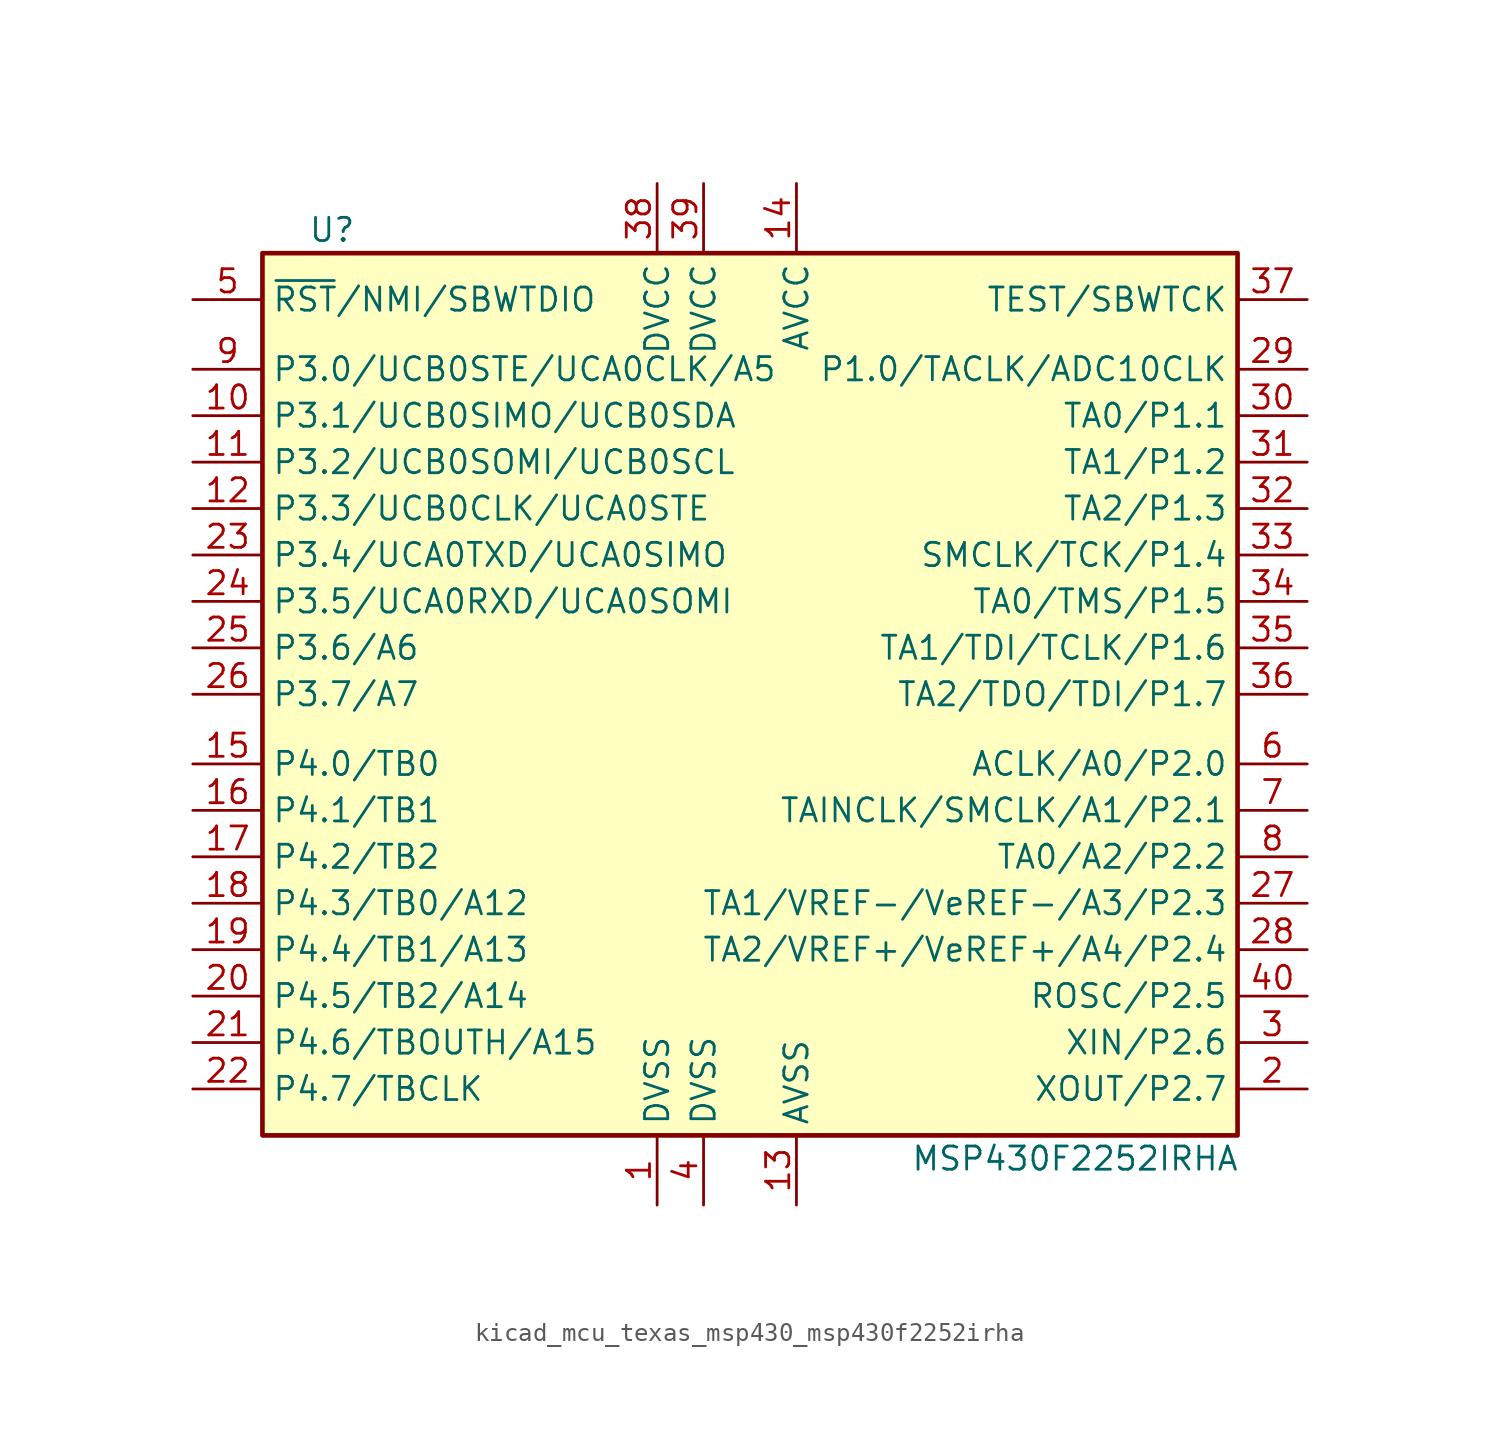
<source format=kicad_sym>
(kicad_symbol_lib
  (version 20220914)
  (generator kicad_symbol_editor)
  (symbol "kicad_mcu_texas_msp430_msp430f2252irha"
    (property "Reference" "U"
      (at -22.86 25.4 0)
      (effects (font (size 1.27 1.27))))
    (property "Value" "MSP430F2252IRHA"
      (at 17.78 -25.4 0)
      (effects (font (size 1.27 1.27))))
    (symbol "kicad_mcu_texas_msp430_msp430f2252irha_0_1"
      (rectangle (start -26.67 24.13) (end 26.67 -24.13) (stroke (width 0.254) (type default)) (fill (type background))))
    (symbol "kicad_mcu_texas_msp430_msp430f2252irha_1_1"
      (pin power_in line (at -5.08 -27.94 90) (length 3.81) (name "DVSS" (effects (font (size 1.27 1.27)))) (number "1" (effects (font (size 1.27 1.27)))))
      (pin bidirectional line (at -30.48 15.24 0) (length 3.81) (name "P3.1/UCB0SIMO/UCB0SDA" (effects (font (size 1.27 1.27)))) (number "10" (effects (font (size 1.27 1.27)))))
      (pin bidirectional line (at -30.48 12.7 0) (length 3.81) (name "P3.2/UCB0SOMI/UCB0SCL" (effects (font (size 1.27 1.27)))) (number "11" (effects (font (size 1.27 1.27)))))
      (pin bidirectional line (at -30.48 10.16 0) (length 3.81) (name "P3.3/UCB0CLK/UCA0STE" (effects (font (size 1.27 1.27)))) (number "12" (effects (font (size 1.27 1.27)))))
      (pin power_in line (at 2.54 -27.94 90) (length 3.81) (name "AVSS" (effects (font (size 1.27 1.27)))) (number "13" (effects (font (size 1.27 1.27)))))
      (pin power_in line (at 2.54 27.94 270) (length 3.81) (name "AVCC" (effects (font (size 1.27 1.27)))) (number "14" (effects (font (size 1.27 1.27)))))
      (pin bidirectional line (at -30.48 -3.81 0) (length 3.81) (name "P4.0/TB0" (effects (font (size 1.27 1.27)))) (number "15" (effects (font (size 1.27 1.27)))))
      (pin bidirectional line (at -30.48 -6.35 0) (length 3.81) (name "P4.1/TB1" (effects (font (size 1.27 1.27)))) (number "16" (effects (font (size 1.27 1.27)))))
      (pin bidirectional line (at -30.48 -8.89 0) (length 3.81) (name "P4.2/TB2" (effects (font (size 1.27 1.27)))) (number "17" (effects (font (size 1.27 1.27)))))
      (pin bidirectional line (at -30.48 -11.43 0) (length 3.81) (name "P4.3/TB0/A12" (effects (font (size 1.27 1.27)))) (number "18" (effects (font (size 1.27 1.27)))))
      (pin bidirectional line (at -30.48 -13.97 0) (length 3.81) (name "P4.4/TB1/A13" (effects (font (size 1.27 1.27)))) (number "19" (effects (font (size 1.27 1.27)))))
      (pin bidirectional line (at 30.48 -21.59 180) (length 3.81) (name "XOUT/P2.7" (effects (font (size 1.27 1.27)))) (number "2" (effects (font (size 1.27 1.27)))))
      (pin bidirectional line (at -30.48 -16.51 0) (length 3.81) (name "P4.5/TB2/A14" (effects (font (size 1.27 1.27)))) (number "20" (effects (font (size 1.27 1.27)))))
      (pin bidirectional line (at -30.48 -19.05 0) (length 3.81) (name "P4.6/TBOUTH/A15" (effects (font (size 1.27 1.27)))) (number "21" (effects (font (size 1.27 1.27)))))
      (pin bidirectional line (at -30.48 -21.59 0) (length 3.81) (name "P4.7/TBCLK" (effects (font (size 1.27 1.27)))) (number "22" (effects (font (size 1.27 1.27)))))
      (pin bidirectional line (at -30.48 7.62 0) (length 3.81) (name "P3.4/UCA0TXD/UCA0SIMO" (effects (font (size 1.27 1.27)))) (number "23" (effects (font (size 1.27 1.27)))))
      (pin bidirectional line (at -30.48 5.08 0) (length 3.81) (name "P3.5/UCA0RXD/UCA0SOMI" (effects (font (size 1.27 1.27)))) (number "24" (effects (font (size 1.27 1.27)))))
      (pin bidirectional line (at -30.48 2.54 0) (length 3.81) (name "P3.6/A6" (effects (font (size 1.27 1.27)))) (number "25" (effects (font (size 1.27 1.27)))))
      (pin bidirectional line (at -30.48 0 0) (length 3.81) (name "P3.7/A7" (effects (font (size 1.27 1.27)))) (number "26" (effects (font (size 1.27 1.27)))))
      (pin bidirectional line (at 30.48 -11.43 180) (length 3.81) (name "TA1/VREF-/VeREF-/A3/P2.3" (effects (font (size 1.27 1.27)))) (number "27" (effects (font (size 1.27 1.27)))))
      (pin bidirectional line (at 30.48 -13.97 180) (length 3.81) (name "TA2/VREF+/VeREF+/A4/P2.4" (effects (font (size 1.27 1.27)))) (number "28" (effects (font (size 1.27 1.27)))))
      (pin bidirectional line (at 30.48 17.78 180) (length 3.81) (name "P1.0/TACLK/ADC10CLK" (effects (font (size 1.27 1.27)))) (number "29" (effects (font (size 1.27 1.27)))))
      (pin bidirectional line (at 30.48 -19.05 180) (length 3.81) (name "XIN/P2.6" (effects (font (size 1.27 1.27)))) (number "3" (effects (font (size 1.27 1.27)))))
      (pin bidirectional line (at 30.48 15.24 180) (length 3.81) (name "TA0/P1.1" (effects (font (size 1.27 1.27)))) (number "30" (effects (font (size 1.27 1.27)))))
      (pin bidirectional line (at 30.48 12.7 180) (length 3.81) (name "TA1/P1.2" (effects (font (size 1.27 1.27)))) (number "31" (effects (font (size 1.27 1.27)))))
      (pin bidirectional line (at 30.48 10.16 180) (length 3.81) (name "TA2/P1.3" (effects (font (size 1.27 1.27)))) (number "32" (effects (font (size 1.27 1.27)))))
      (pin bidirectional line (at 30.48 7.62 180) (length 3.81) (name "SMCLK/TCK/P1.4" (effects (font (size 1.27 1.27)))) (number "33" (effects (font (size 1.27 1.27)))))
      (pin bidirectional line (at 30.48 5.08 180) (length 3.81) (name "TA0/TMS/P1.5" (effects (font (size 1.27 1.27)))) (number "34" (effects (font (size 1.27 1.27)))))
      (pin bidirectional line (at 30.48 2.54 180) (length 3.81) (name "TA1/TDI/TCLK/P1.6" (effects (font (size 1.27 1.27)))) (number "35" (effects (font (size 1.27 1.27)))))
      (pin bidirectional line (at 30.48 0 180) (length 3.81) (name "TA2/TDO/TDI/P1.7" (effects (font (size 1.27 1.27)))) (number "36" (effects (font (size 1.27 1.27)))))
      (pin input line (at 30.48 21.59 180) (length 3.81) (name "TEST/SBWTCK" (effects (font (size 1.27 1.27)))) (number "37" (effects (font (size 1.27 1.27)))))
      (pin power_in line (at -5.08 27.94 270) (length 3.81) (name "DVCC" (effects (font (size 1.27 1.27)))) (number "38" (effects (font (size 1.27 1.27)))))
      (pin power_in line (at -2.54 27.94 270) (length 3.81) (name "DVCC" (effects (font (size 1.27 1.27)))) (number "39" (effects (font (size 1.27 1.27)))))
      (pin power_in line (at -2.54 -27.94 90) (length 3.81) (name "DVSS" (effects (font (size 1.27 1.27)))) (number "4" (effects (font (size 1.27 1.27)))))
      (pin bidirectional line (at 30.48 -16.51 180) (length 3.81) (name "ROSC/P2.5" (effects (font (size 1.27 1.27)))) (number "40" (effects (font (size 1.27 1.27)))))
      (pin input line (at -30.48 21.59 0) (length 3.81) (name "~{RST}/NMI/SBWTDIO" (effects (font (size 1.27 1.27)))) (number "5" (effects (font (size 1.27 1.27)))))
      (pin bidirectional line (at 30.48 -3.81 180) (length 3.81) (name "ACLK/A0/P2.0" (effects (font (size 1.27 1.27)))) (number "6" (effects (font (size 1.27 1.27)))))
      (pin bidirectional line (at 30.48 -6.35 180) (length 3.81) (name "TAINCLK/SMCLK/A1/P2.1" (effects (font (size 1.27 1.27)))) (number "7" (effects (font (size 1.27 1.27)))))
      (pin bidirectional line (at 30.48 -8.89 180) (length 3.81) (name "TA0/A2/P2.2" (effects (font (size 1.27 1.27)))) (number "8" (effects (font (size 1.27 1.27)))))
      (pin bidirectional line (at -30.48 17.78 0) (length 3.81) (name "P3.0/UCB0STE/UCA0CLK/A5" (effects (font (size 1.27 1.27)))) (number "9" (effects (font (size 1.27 1.27))))))))
</source>
